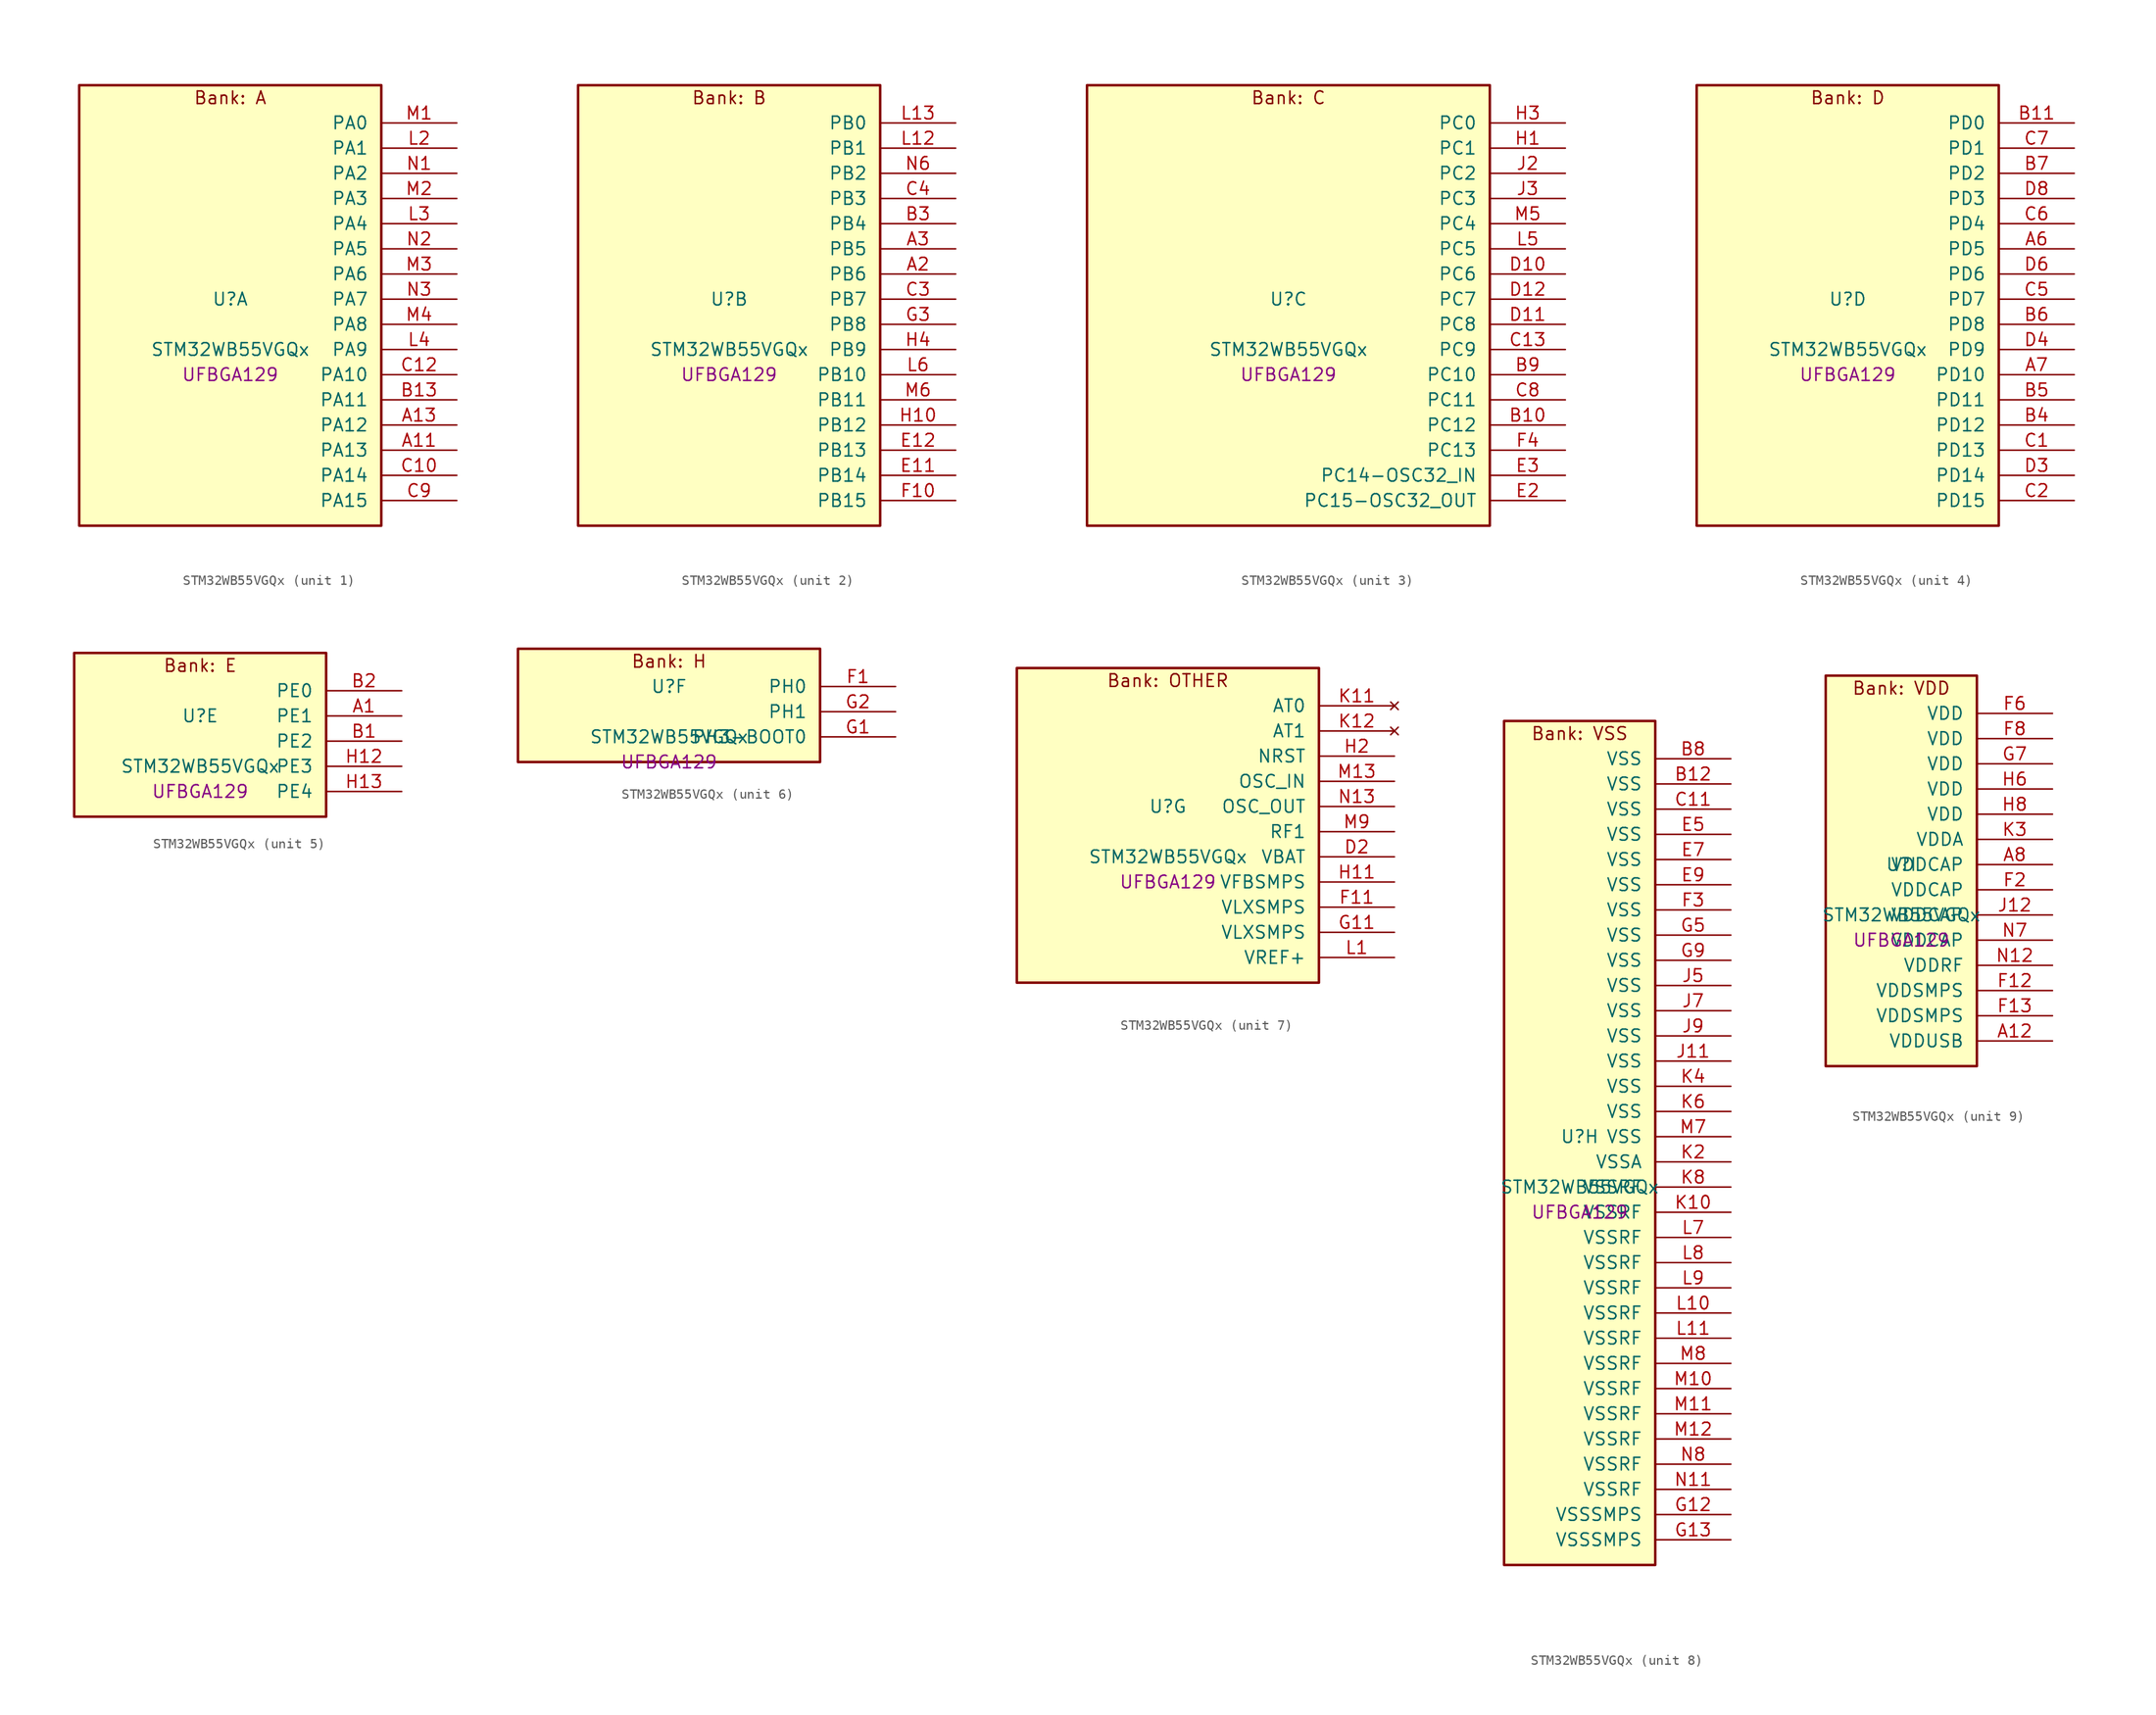
<source format=kicad_sym>
(kicad_symbol_lib
  (version 20241209)
  (generator "stm32_pkl_generator")
  (generator_version "1.0")
  (symbol "STM32WB55VGQx"
    (pin_names
      (offset 1.27))
    (property "Reference" "U"
      (at 0 2.54 0))
    (property "Value" "STM32WB55VGQx"
      (at 0 -2.54 0))
    (property "Footprint" "UFBGA129"
      (at 0 -5.08 0))
    (symbol "STM32WB55VGQx_1_1"
      (rectangle (start -15.24 24.13) (end 15.24 -20.32) (stroke (width 0.254) (type solid)) (fill (type background)))
      (text "Bank: A" (at 0 22.86 0))
      (pin bidirectional line (at 22.86 20.32 180) (length 7.62) (name "PA0") (number "M1") (alternate "PA0/ADC1_IN5" bidirectional line) (alternate "PA0/COMP1_INM" bidirectional line) (alternate "PA0/COMP1_OUT" bidirectional line) (alternate "PA0/RTC_TAMP2" bidirectional line) (alternate "PA0/SAI1_EXTCLK" bidirectional line) (alternate "PA0/SYS_WKUP1" bidirectional line) (alternate "PA0/TIM2_CH1" bidirectional line) (alternate "PA0/TIM2_ETR" bidirectional line))
      (pin bidirectional line (at 22.86 17.78 180) (length 7.62) (name "PA1") (number "L2") (alternate "PA1/ADC1_IN6" bidirectional line) (alternate "PA1/COMP1_INP" bidirectional line) (alternate "PA1/I2C1_SMBA" bidirectional line) (alternate "PA1/LCD_SEG0" bidirectional line) (alternate "PA1/SPI1_SCK" bidirectional line) (alternate "PA1/TIM2_CH2" bidirectional line))
      (pin bidirectional line (at 22.86 15.24 180) (length 7.62) (name "PA2") (number "N1") (alternate "PA2/ADC1_IN7" bidirectional line) (alternate "PA2/COMP2_INM" bidirectional line) (alternate "PA2/COMP2_OUT" bidirectional line) (alternate "PA2/LCD_SEG1" bidirectional line) (alternate "PA2/LPUART1_TX" bidirectional line) (alternate "PA2/QUADSPI_BK1_NCS" bidirectional line) (alternate "PA2/RCC_LSCO" bidirectional line) (alternate "PA2/SYS_WKUP4" bidirectional line) (alternate "PA2/TIM2_CH3" bidirectional line))
      (pin bidirectional line (at 22.86 12.7 180) (length 7.62) (name "PA3") (number "M2") (alternate "PA3/ADC1_IN8" bidirectional line) (alternate "PA3/COMP2_INP" bidirectional line) (alternate "PA3/LCD_SEG2" bidirectional line) (alternate "PA3/LPUART1_RX" bidirectional line) (alternate "PA3/QUADSPI_CLK" bidirectional line) (alternate "PA3/SAI1_CK1" bidirectional line) (alternate "PA3/SAI1_MCLK_A" bidirectional line) (alternate "PA3/TIM2_CH4" bidirectional line))
      (pin bidirectional line (at 22.86 10.16 180) (length 7.62) (name "PA4") (number "L3") (alternate "PA4/ADC1_IN9" bidirectional line) (alternate "PA4/COMP1_INM" bidirectional line) (alternate "PA4/COMP2_INM" bidirectional line) (alternate "PA4/LCD_SEG5" bidirectional line) (alternate "PA4/LPTIM2_OUT" bidirectional line) (alternate "PA4/SAI1_FS_B" bidirectional line) (alternate "PA4/SPI1_NSS" bidirectional line))
      (pin bidirectional line (at 22.86 7.62 180) (length 7.62) (name "PA5") (number "N2") (alternate "PA5/ADC1_IN10" bidirectional line) (alternate "PA5/COMP1_INM" bidirectional line) (alternate "PA5/COMP2_INM" bidirectional line) (alternate "PA5/LPTIM2_ETR" bidirectional line) (alternate "PA5/SAI1_SD_B" bidirectional line) (alternate "PA5/SPI1_SCK" bidirectional line) (alternate "PA5/TIM2_CH1" bidirectional line) (alternate "PA5/TIM2_ETR" bidirectional line))
      (pin bidirectional line (at 22.86 5.08 180) (length 7.62) (name "PA6") (number "M3") (alternate "PA6/ADC1_IN11" bidirectional line) (alternate "PA6/LCD_SEG3" bidirectional line) (alternate "PA6/LPUART1_CTS" bidirectional line) (alternate "PA6/QUADSPI_BK1_IO3" bidirectional line) (alternate "PA6/SPI1_MISO" bidirectional line) (alternate "PA6/TIM16_CH1" bidirectional line) (alternate "PA6/TIM1_BKIN" bidirectional line))
      (pin bidirectional line (at 22.86 2.54 180) (length 7.62) (name "PA7") (number "N3") (alternate "PA7/ADC1_IN12" bidirectional line) (alternate "PA7/COMP2_OUT" bidirectional line) (alternate "PA7/I2C3_SCL" bidirectional line) (alternate "PA7/LCD_SEG4" bidirectional line) (alternate "PA7/QUADSPI_BK1_IO2" bidirectional line) (alternate "PA7/SPI1_MOSI" bidirectional line) (alternate "PA7/TIM17_CH1" bidirectional line) (alternate "PA7/TIM1_CH1N" bidirectional line))
      (pin bidirectional line (at 22.86 0 180) (length 7.62) (name "PA8") (number "M4") (alternate "PA8/ADC1_IN15" bidirectional line) (alternate "PA8/LCD_COM0" bidirectional line) (alternate "PA8/LPTIM2_OUT" bidirectional line) (alternate "PA8/RCC_MCO" bidirectional line) (alternate "PA8/SAI1_CK2" bidirectional line) (alternate "PA8/SAI1_SCK_A" bidirectional line) (alternate "PA8/TIM1_CH1" bidirectional line) (alternate "PA8/USART1_CK" bidirectional line))
      (pin bidirectional line (at 22.86 -2.54 180) (length 7.62) (name "PA9") (number "L4") (alternate "PA9/ADC1_IN16" bidirectional line) (alternate "PA9/COMP1_INM" bidirectional line) (alternate "PA9/I2C1_SCL" bidirectional line) (alternate "PA9/LCD_COM1" bidirectional line) (alternate "PA9/SAI1_D2" bidirectional line) (alternate "PA9/SAI1_FS_A" bidirectional line) (alternate "PA9/SPI2_SCK" bidirectional line) (alternate "PA9/TIM1_CH2" bidirectional line) (alternate "PA9/USART1_TX" bidirectional line))
      (pin bidirectional line (at 22.86 -5.08 180) (length 7.62) (name "PA10") (number "C12") (alternate "PA10/CRS_SYNC" bidirectional line) (alternate "PA10/I2C1_SDA" bidirectional line) (alternate "PA10/LCD_COM2" bidirectional line) (alternate "PA10/SAI1_D1" bidirectional line) (alternate "PA10/SAI1_SD_A" bidirectional line) (alternate "PA10/TIM17_BKIN" bidirectional line) (alternate "PA10/TIM1_CH3" bidirectional line) (alternate "PA10/USART1_RX" bidirectional line))
      (pin bidirectional line (at 22.86 -7.62 180) (length 7.62) (name "PA11") (number "B13") (alternate "PA11/ADC1_EXTI11" bidirectional line) (alternate "PA11/SPI1_MISO" bidirectional line) (alternate "PA11/TIM1_BKIN2" bidirectional line) (alternate "PA11/TIM1_CH4" bidirectional line) (alternate "PA11/USART1_CTS" bidirectional line) (alternate "PA11/USART1_NSS" bidirectional line) (alternate "PA11/USB_DM" bidirectional line))
      (pin bidirectional line (at 22.86 -10.16 180) (length 7.62) (name "PA12") (number "A13") (alternate "PA12/LPUART1_RX" bidirectional line) (alternate "PA12/SPI1_MOSI" bidirectional line) (alternate "PA12/TIM1_ETR" bidirectional line) (alternate "PA12/USART1_DE" bidirectional line) (alternate "PA12/USART1_RTS" bidirectional line) (alternate "PA12/USB_DP" bidirectional line))
      (pin bidirectional line (at 22.86 -12.7 180) (length 7.62) (name "PA13") (number "A11") (alternate "PA13/IR_OUT" bidirectional line) (alternate "PA13/SAI1_SD_B" bidirectional line) (alternate "PA13/SYS_JTMS-SWDIO" bidirectional line) (alternate "PA13/USB_NOE" bidirectional line))
      (pin bidirectional line (at 22.86 -15.24 180) (length 7.62) (name "PA14") (number "C10") (alternate "PA14/I2C1_SMBA" bidirectional line) (alternate "PA14/LCD_SEG5" bidirectional line) (alternate "PA14/LPTIM1_OUT" bidirectional line) (alternate "PA14/SAI1_FS_B" bidirectional line) (alternate "PA14/SYS_JTCK-SWCLK" bidirectional line))
      (pin bidirectional line (at 22.86 -17.78 180) (length 7.62) (name "PA15") (number "C9") (alternate "PA15/ADC1_EXTI15" bidirectional line) (alternate "PA15/LCD_SEG17" bidirectional line) (alternate "PA15/RCC_MCO" bidirectional line) (alternate "PA15/SPI1_NSS" bidirectional line) (alternate "PA15/SYS_JTDI" bidirectional line) (alternate "PA15/TIM2_CH1" bidirectional line) (alternate "PA15/TIM2_ETR" bidirectional line) (alternate "PA15/TSC_G3_IO1" bidirectional line)))
    (symbol "STM32WB55VGQx_2_1"
      (rectangle (start -15.24 24.13) (end 15.24 -20.32) (stroke (width 0.254) (type solid)) (fill (type background)))
      (text "Bank: B" (at 0 22.86 0))
      (pin bidirectional line (at 22.86 20.32 180) (length 7.62) (name "PB0") (number "L13") (alternate "PB0/COMP1_OUT" bidirectional line) (alternate "PB0/RF_TX_MOD_EXT_PA" bidirectional line))
      (pin bidirectional line (at 22.86 17.78 180) (length 7.62) (name "PB1") (number "L12") (alternate "PB1/LPTIM2_IN1" bidirectional line) (alternate "PB1/LPUART1_DE" bidirectional line) (alternate "PB1/LPUART1_RTS" bidirectional line))
      (pin bidirectional line (at 22.86 15.24 180) (length 7.62) (name "PB2") (number "N6") (alternate "PB2/COMP1_INP" bidirectional line) (alternate "PB2/I2C3_SMBA" bidirectional line) (alternate "PB2/LCD_VLCD" bidirectional line) (alternate "PB2/LPTIM1_OUT" bidirectional line) (alternate "PB2/RTC_OUT2" bidirectional line) (alternate "PB2/SAI1_EXTCLK" bidirectional line) (alternate "PB2/SPI1_NSS" bidirectional line))
      (pin bidirectional line (at 22.86 12.7 180) (length 7.62) (name "PB3") (number "C4") (alternate "PB3/COMP2_INM" bidirectional line) (alternate "PB3/LCD_SEG7" bidirectional line) (alternate "PB3/SAI1_SCK_B" bidirectional line) (alternate "PB3/SPI1_SCK" bidirectional line) (alternate "PB3/SYS_JTDO-SWO" bidirectional line) (alternate "PB3/TIM2_CH2" bidirectional line) (alternate "PB3/USART1_DE" bidirectional line) (alternate "PB3/USART1_RTS" bidirectional line))
      (pin bidirectional line (at 22.86 10.16 180) (length 7.62) (name "PB4") (number "B3") (alternate "PB4/COMP2_INP" bidirectional line) (alternate "PB4/I2C3_SDA" bidirectional line) (alternate "PB4/LCD_SEG8" bidirectional line) (alternate "PB4/SAI1_MCLK_B" bidirectional line) (alternate "PB4/SPI1_MISO" bidirectional line) (alternate "PB4/SYS_JTRST" bidirectional line) (alternate "PB4/TIM17_BKIN" bidirectional line) (alternate "PB4/TSC_G2_IO1" bidirectional line) (alternate "PB4/USART1_CTS" bidirectional line) (alternate "PB4/USART1_NSS" bidirectional line))
      (pin bidirectional line (at 22.86 7.62 180) (length 7.62) (name "PB5") (number "A3") (alternate "PB5/COMP2_OUT" bidirectional line) (alternate "PB5/I2C1_SMBA" bidirectional line) (alternate "PB5/LCD_SEG9" bidirectional line) (alternate "PB5/LPTIM1_IN1" bidirectional line) (alternate "PB5/LPUART1_TX" bidirectional line) (alternate "PB5/SAI1_SD_B" bidirectional line) (alternate "PB5/SPI1_MOSI" bidirectional line) (alternate "PB5/TIM16_BKIN" bidirectional line) (alternate "PB5/TSC_G2_IO2" bidirectional line) (alternate "PB5/USART1_CK" bidirectional line))
      (pin bidirectional line (at 22.86 5.08 180) (length 7.62) (name "PB6") (number "A2") (alternate "PB6/COMP2_INP" bidirectional line) (alternate "PB6/I2C1_SCL" bidirectional line) (alternate "PB6/LCD_SEG6" bidirectional line) (alternate "PB6/LPTIM1_ETR" bidirectional line) (alternate "PB6/RCC_MCO" bidirectional line) (alternate "PB6/SAI1_FS_B" bidirectional line) (alternate "PB6/TIM16_CH1N" bidirectional line) (alternate "PB6/TSC_G2_IO3" bidirectional line) (alternate "PB6/USART1_TX" bidirectional line))
      (pin bidirectional line (at 22.86 2.54 180) (length 7.62) (name "PB7") (number "C3") (alternate "PB7/COMP2_INM" bidirectional line) (alternate "PB7/I2C1_SDA" bidirectional line) (alternate "PB7/LCD_SEG21" bidirectional line) (alternate "PB7/LPTIM1_IN2" bidirectional line) (alternate "PB7/SYS_PVD_IN" bidirectional line) (alternate "PB7/TIM17_CH1N" bidirectional line) (alternate "PB7/TIM1_BKIN" bidirectional line) (alternate "PB7/TSC_G2_IO4" bidirectional line) (alternate "PB7/USART1_RX" bidirectional line))
      (pin bidirectional line (at 22.86 0 180) (length 7.62) (name "PB8") (number "G3") (alternate "PB8/I2C1_SCL" bidirectional line) (alternate "PB8/LCD_SEG16" bidirectional line) (alternate "PB8/QUADSPI_BK1_IO1" bidirectional line) (alternate "PB8/SAI1_CK1" bidirectional line) (alternate "PB8/SAI1_MCLK_A" bidirectional line) (alternate "PB8/TIM16_CH1" bidirectional line) (alternate "PB8/TIM1_CH2N" bidirectional line))
      (pin bidirectional line (at 22.86 -2.54 180) (length 7.62) (name "PB9") (number "H4") (alternate "PB9/I2C1_SDA" bidirectional line) (alternate "PB9/IR_OUT" bidirectional line) (alternate "PB9/LCD_COM3" bidirectional line) (alternate "PB9/QUADSPI_BK1_IO0" bidirectional line) (alternate "PB9/SAI1_D2" bidirectional line) (alternate "PB9/SAI1_FS_A" bidirectional line) (alternate "PB9/SPI2_NSS" bidirectional line) (alternate "PB9/TIM17_CH1" bidirectional line) (alternate "PB9/TIM1_CH3N" bidirectional line) (alternate "PB9/TSC_G7_IO4" bidirectional line))
      (pin bidirectional line (at 22.86 -5.08 180) (length 7.62) (name "PB10") (number "L6") (alternate "PB10/COMP1_OUT" bidirectional line) (alternate "PB10/I2C3_SCL" bidirectional line) (alternate "PB10/LCD_SEG10" bidirectional line) (alternate "PB10/LPUART1_RX" bidirectional line) (alternate "PB10/QUADSPI_CLK" bidirectional line) (alternate "PB10/SAI1_SCK_A" bidirectional line) (alternate "PB10/SPI2_SCK" bidirectional line) (alternate "PB10/TIM2_CH3" bidirectional line) (alternate "PB10/TSC_SYNC" bidirectional line))
      (pin bidirectional line (at 22.86 -7.62 180) (length 7.62) (name "PB11") (number "M6") (alternate "PB11/ADC1_EXTI11" bidirectional line) (alternate "PB11/COMP2_OUT" bidirectional line) (alternate "PB11/I2C3_SDA" bidirectional line) (alternate "PB11/LCD_SEG11" bidirectional line) (alternate "PB11/LPUART1_TX" bidirectional line) (alternate "PB11/QUADSPI_BK1_NCS" bidirectional line) (alternate "PB11/TIM2_CH4" bidirectional line))
      (pin bidirectional line (at 22.86 -10.16 180) (length 7.62) (name "PB12") (number "H10") (alternate "PB12/I2C3_SMBA" bidirectional line) (alternate "PB12/LCD_SEG12" bidirectional line) (alternate "PB12/LPUART1_DE" bidirectional line) (alternate "PB12/LPUART1_RTS" bidirectional line) (alternate "PB12/SAI1_FS_A" bidirectional line) (alternate "PB12/SPI2_NSS" bidirectional line) (alternate "PB12/TIM1_BKIN" bidirectional line) (alternate "PB12/TSC_G1_IO1" bidirectional line))
      (pin bidirectional line (at 22.86 -12.7 180) (length 7.62) (name "PB13") (number "E12") (alternate "PB13/I2C3_SCL" bidirectional line) (alternate "PB13/LCD_SEG13" bidirectional line) (alternate "PB13/LPUART1_CTS" bidirectional line) (alternate "PB13/SAI1_SCK_A" bidirectional line) (alternate "PB13/SPI2_SCK" bidirectional line) (alternate "PB13/TIM1_CH1N" bidirectional line) (alternate "PB13/TSC_G1_IO2" bidirectional line))
      (pin bidirectional line (at 22.86 -15.24 180) (length 7.62) (name "PB14") (number "E11") (alternate "PB14/I2C3_SDA" bidirectional line) (alternate "PB14/LCD_SEG14" bidirectional line) (alternate "PB14/SAI1_MCLK_A" bidirectional line) (alternate "PB14/SPI2_MISO" bidirectional line) (alternate "PB14/TIM1_CH2N" bidirectional line) (alternate "PB14/TSC_G1_IO3" bidirectional line))
      (pin bidirectional line (at 22.86 -17.78 180) (length 7.62) (name "PB15") (number "F10") (alternate "PB15/ADC1_EXTI15" bidirectional line) (alternate "PB15/LCD_SEG15" bidirectional line) (alternate "PB15/RTC_REFIN" bidirectional line) (alternate "PB15/SAI1_SD_A" bidirectional line) (alternate "PB15/SPI2_MOSI" bidirectional line) (alternate "PB15/TIM1_CH3N" bidirectional line) (alternate "PB15/TSC_G1_IO4" bidirectional line)))
    (symbol "STM32WB55VGQx_3_1"
      (rectangle (start -20.32 24.13) (end 20.32 -20.32) (stroke (width 0.254) (type solid)) (fill (type background)))
      (text "Bank: C" (at 0 22.86 0))
      (pin bidirectional line (at 27.94 20.32 180) (length 7.62) (name "PC0") (number "H3") (alternate "PC0/ADC1_IN1" bidirectional line) (alternate "PC0/I2C3_SCL" bidirectional line) (alternate "PC0/LCD_SEG18" bidirectional line) (alternate "PC0/LPTIM1_IN1" bidirectional line) (alternate "PC0/LPTIM2_IN1" bidirectional line) (alternate "PC0/LPUART1_RX" bidirectional line))
      (pin bidirectional line (at 27.94 17.78 180) (length 7.62) (name "PC1") (number "H1") (alternate "PC1/ADC1_IN2" bidirectional line) (alternate "PC1/I2C3_SDA" bidirectional line) (alternate "PC1/LCD_SEG19" bidirectional line) (alternate "PC1/LPTIM1_OUT" bidirectional line) (alternate "PC1/LPUART1_TX" bidirectional line) (alternate "PC1/SPI2_MOSI" bidirectional line))
      (pin bidirectional line (at 27.94 15.24 180) (length 7.62) (name "PC2") (number "J2") (alternate "PC2/ADC1_IN3" bidirectional line) (alternate "PC2/LCD_SEG20" bidirectional line) (alternate "PC2/LPTIM1_IN2" bidirectional line) (alternate "PC2/SPI2_MISO" bidirectional line))
      (pin bidirectional line (at 27.94 12.7 180) (length 7.62) (name "PC3") (number "J3") (alternate "PC3/ADC1_IN4" bidirectional line) (alternate "PC3/LCD_VLCD" bidirectional line) (alternate "PC3/LPTIM1_ETR" bidirectional line) (alternate "PC3/LPTIM2_ETR" bidirectional line) (alternate "PC3/SAI1_D1" bidirectional line) (alternate "PC3/SAI1_SD_A" bidirectional line) (alternate "PC3/SPI2_MOSI" bidirectional line))
      (pin bidirectional line (at 27.94 10.16 180) (length 7.62) (name "PC4") (number "M5") (alternate "PC4/ADC1_IN13" bidirectional line) (alternate "PC4/COMP1_INM" bidirectional line) (alternate "PC4/LCD_SEG22" bidirectional line))
      (pin bidirectional line (at 27.94 7.62 180) (length 7.62) (name "PC5") (number "L5") (alternate "PC5/ADC1_IN14" bidirectional line) (alternate "PC5/COMP1_INP" bidirectional line) (alternate "PC5/LCD_SEG23" bidirectional line) (alternate "PC5/SAI1_D3" bidirectional line) (alternate "PC5/SYS_WKUP5" bidirectional line))
      (pin bidirectional line (at 27.94 5.08 180) (length 7.62) (name "PC6") (number "D10") (alternate "PC6/LCD_SEG24" bidirectional line) (alternate "PC6/TSC_G4_IO1" bidirectional line))
      (pin bidirectional line (at 27.94 2.54 180) (length 7.62) (name "PC7") (number "D12") (alternate "PC7/LCD_SEG25" bidirectional line) (alternate "PC7/TSC_G4_IO2" bidirectional line))
      (pin bidirectional line (at 27.94 0 180) (length 7.62) (name "PC8") (number "D11") (alternate "PC8/LCD_SEG26" bidirectional line) (alternate "PC8/TSC_G4_IO3" bidirectional line))
      (pin bidirectional line (at 27.94 -2.54 180) (length 7.62) (name "PC9") (number "C13") (alternate "PC9/LCD_SEG27" bidirectional line) (alternate "PC9/SAI1_SCK_B" bidirectional line) (alternate "PC9/TIM1_BKIN" bidirectional line) (alternate "PC9/TSC_G4_IO4" bidirectional line) (alternate "PC9/USB_NOE" bidirectional line))
      (pin bidirectional line (at 27.94 -5.08 180) (length 7.62) (name "PC10") (number "B9") (alternate "PC10/LCD_COM4" bidirectional line) (alternate "PC10/LCD_SEG28" bidirectional line) (alternate "PC10/LCD_SEG40" bidirectional line) (alternate "PC10/SYS_TRACED1" bidirectional line) (alternate "PC10/TSC_G3_IO2" bidirectional line))
      (pin bidirectional line (at 27.94 -7.62 180) (length 7.62) (name "PC11") (number "C8") (alternate "PC11/ADC1_EXTI11" bidirectional line) (alternate "PC11/LCD_COM5" bidirectional line) (alternate "PC11/LCD_SEG29" bidirectional line) (alternate "PC11/LCD_SEG41" bidirectional line) (alternate "PC11/TSC_G3_IO3" bidirectional line))
      (pin bidirectional line (at 27.94 -10.16 180) (length 7.62) (name "PC12") (number "B10") (alternate "PC12/LCD_COM6" bidirectional line) (alternate "PC12/LCD_SEG30" bidirectional line) (alternate "PC12/LCD_SEG42" bidirectional line) (alternate "PC12/RCC_LSCO" bidirectional line) (alternate "PC12/RTC_TAMP3" bidirectional line) (alternate "PC12/SYS_TRACED3" bidirectional line) (alternate "PC12/SYS_WKUP3" bidirectional line) (alternate "PC12/TSC_G3_IO4" bidirectional line))
      (pin bidirectional line (at 27.94 -12.7 180) (length 7.62) (name "PC13") (number "F4") (alternate "PC13/RTC_OUT1" bidirectional line) (alternate "PC13/RTC_TAMP1" bidirectional line) (alternate "PC13/RTC_TS" bidirectional line) (alternate "PC13/SYS_WKUP2" bidirectional line))
      (pin bidirectional line (at 27.94 -15.24 180) (length 7.62) (name "PC14-OSC32_IN") (number "E3") (alternate "PC14-OSC32_IN/RCC_OSC32_IN" bidirectional line))
      (pin bidirectional line (at 27.94 -17.78 180) (length 7.62) (name "PC15-OSC32_OUT") (number "E2") (alternate "PC15-OSC32_OUT/ADC1_EXTI15" bidirectional line) (alternate "PC15-OSC32_OUT/RCC_OSC32_OUT" bidirectional line)))
    (symbol "STM32WB55VGQx_4_1"
      (rectangle (start -15.24 24.13) (end 15.24 -20.32) (stroke (width 0.254) (type solid)) (fill (type background)))
      (text "Bank: D" (at 0 22.86 0))
      (pin bidirectional line (at 22.86 20.32 180) (length 7.62) (name "PD0") (number "B11") (alternate "PD0/SPI2_NSS" bidirectional line))
      (pin bidirectional line (at 22.86 17.78 180) (length 7.62) (name "PD1") (number "C7") (alternate "PD1/SPI2_SCK" bidirectional line))
      (pin bidirectional line (at 22.86 15.24 180) (length 7.62) (name "PD2") (number "B7") (alternate "PD2/LCD_COM7" bidirectional line) (alternate "PD2/LCD_SEG31" bidirectional line) (alternate "PD2/LCD_SEG43" bidirectional line) (alternate "PD2/SYS_TRACED2" bidirectional line) (alternate "PD2/TSC_SYNC" bidirectional line))
      (pin bidirectional line (at 22.86 12.7 180) (length 7.62) (name "PD3") (number "D8") (alternate "PD3/QUADSPI_BK1_NCS" bidirectional line) (alternate "PD3/SPI2_MISO" bidirectional line) (alternate "PD3/SPI2_SCK" bidirectional line))
      (pin bidirectional line (at 22.86 10.16 180) (length 7.62) (name "PD4") (number "C6") (alternate "PD4/QUADSPI_BK1_IO0" bidirectional line) (alternate "PD4/SPI2_MOSI" bidirectional line) (alternate "PD4/TSC_G5_IO1" bidirectional line))
      (pin bidirectional line (at 22.86 7.62 180) (length 7.62) (name "PD5") (number "A6") (alternate "PD5/QUADSPI_BK1_IO1" bidirectional line) (alternate "PD5/SAI1_MCLK_B" bidirectional line) (alternate "PD5/TSC_G5_IO2" bidirectional line))
      (pin bidirectional line (at 22.86 5.08 180) (length 7.62) (name "PD6") (number "D6") (alternate "PD6/QUADSPI_BK1_IO2" bidirectional line) (alternate "PD6/SAI1_D1" bidirectional line) (alternate "PD6/SAI1_SD_A" bidirectional line) (alternate "PD6/TSC_G5_IO3" bidirectional line))
      (pin bidirectional line (at 22.86 2.54 180) (length 7.62) (name "PD7") (number "C5") (alternate "PD7/LCD_SEG39" bidirectional line) (alternate "PD7/QUADSPI_BK1_IO3" bidirectional line) (alternate "PD7/TSC_G5_IO4" bidirectional line))
      (pin bidirectional line (at 22.86 0 180) (length 7.62) (name "PD8") (number "B6") (alternate "PD8/LCD_SEG28" bidirectional line) (alternate "PD8/TIM1_BKIN2" bidirectional line))
      (pin bidirectional line (at 22.86 -2.54 180) (length 7.62) (name "PD9") (number "D4") (alternate "PD9/LCD_SEG29" bidirectional line) (alternate "PD9/SYS_TRACED0" bidirectional line))
      (pin bidirectional line (at 22.86 -5.08 180) (length 7.62) (name "PD10") (number "A7") (alternate "PD10/LCD_SEG30" bidirectional line) (alternate "PD10/SYS_TRIG_INOUT" bidirectional line) (alternate "PD10/TSC_G6_IO1" bidirectional line))
      (pin bidirectional line (at 22.86 -7.62 180) (length 7.62) (name "PD11") (number "B5") (alternate "PD11/ADC1_EXTI11" bidirectional line) (alternate "PD11/LCD_SEG31" bidirectional line) (alternate "PD11/LPTIM2_ETR" bidirectional line) (alternate "PD11/TSC_G6_IO2" bidirectional line))
      (pin bidirectional line (at 22.86 -10.16 180) (length 7.62) (name "PD12") (number "B4") (alternate "PD12/LCD_SEG32" bidirectional line) (alternate "PD12/LPTIM2_IN1" bidirectional line) (alternate "PD12/TSC_G6_IO3" bidirectional line))
      (pin bidirectional line (at 22.86 -12.7 180) (length 7.62) (name "PD13") (number "C1") (alternate "PD13/LCD_SEG33" bidirectional line) (alternate "PD13/LPTIM2_OUT" bidirectional line) (alternate "PD13/TSC_G6_IO4" bidirectional line))
      (pin bidirectional line (at 22.86 -15.24 180) (length 7.62) (name "PD14") (number "D3") (alternate "PD14/LCD_SEG34" bidirectional line) (alternate "PD14/TIM1_CH1" bidirectional line))
      (pin bidirectional line (at 22.86 -17.78 180) (length 7.62) (name "PD15") (number "C2") (alternate "PD15/ADC1_EXTI15" bidirectional line) (alternate "PD15/LCD_SEG35" bidirectional line) (alternate "PD15/TIM1_CH2" bidirectional line)))
    (symbol "STM32WB55VGQx_5_1"
      (rectangle (start -12.7 8.89) (end 12.7 -7.62) (stroke (width 0.254) (type solid)) (fill (type background)))
      (text "Bank: E" (at 0 7.62 0))
      (pin bidirectional line (at 20.32 5.08 180) (length 7.62) (name "PE0") (number "B2") (alternate "PE0/LCD_SEG36" bidirectional line) (alternate "PE0/TIM16_CH1" bidirectional line) (alternate "PE0/TIM1_ETR" bidirectional line) (alternate "PE0/TSC_G7_IO3" bidirectional line))
      (pin bidirectional line (at 20.32 2.54 180) (length 7.62) (name "PE1") (number "A1") (alternate "PE1/LCD_SEG37" bidirectional line) (alternate "PE1/TIM17_CH1" bidirectional line) (alternate "PE1/TSC_G7_IO2" bidirectional line))
      (pin bidirectional line (at 20.32 0 180) (length 7.62) (name "PE2") (number "B1") (alternate "PE2/LCD_SEG38" bidirectional line) (alternate "PE2/SAI1_CK1" bidirectional line) (alternate "PE2/SAI1_MCLK_A" bidirectional line) (alternate "PE2/SYS_TRACECLK" bidirectional line) (alternate "PE2/TSC_G7_IO1" bidirectional line))
      (pin bidirectional line (at 20.32 -2.54 180) (length 7.62) (name "PE3") (number "H12"))
      (pin bidirectional line (at 20.32 -5.08 180) (length 7.62) (name "PE4") (number "H13")))
    (symbol "STM32WB55VGQx_6_1"
      (rectangle (start -15.24 6.35) (end 15.24 -5.08) (stroke (width 0.254) (type solid)) (fill (type background)))
      (text "Bank: H" (at 0 5.08 0))
      (pin bidirectional line (at 22.86 2.54 180) (length 7.62) (name "PH0") (number "F1"))
      (pin bidirectional line (at 22.86 0 180) (length 7.62) (name "PH1") (number "G2"))
      (pin bidirectional line (at 22.86 -2.54 180) (length 7.62) (name "PH3-BOOT0") (number "G1") (alternate "PH3-BOOT0/RCC_LSCO" bidirectional line)))
    (symbol "STM32WB55VGQx_7_1"
      (rectangle (start -15.24 16.51) (end 15.24 -15.24) (stroke (width 0.254) (type solid)) (fill (type background)))
      (text "Bank: OTHER" (at 0 15.24 0))
      (pin no_connect line (at 22.86 12.7 180) (length 7.62) (name "AT0") (number "K11"))
      (pin no_connect line (at 22.86 10.16 180) (length 7.62) (name "AT1") (number "K12"))
      (pin input line (at 22.86 7.62 180) (length 7.62) (name "NRST") (number "H2"))
      (pin bidirectional line (at 22.86 5.08 180) (length 7.62) (name "OSC_IN") (number "M13") (alternate "OSC_IN/RCC_OSC_IN" bidirectional line))
      (pin bidirectional line (at 22.86 2.54 180) (length 7.62) (name "OSC_OUT") (number "N13") (alternate "OSC_OUT/RCC_OSC_OUT" bidirectional line))
      (pin bidirectional line (at 22.86 0 180) (length 7.62) (name "RF1") (number "M9") (alternate "RF1/RF_RF1" bidirectional line))
      (pin power_in line (at 22.86 -2.54 180) (length 7.62) (name "VBAT") (number "D2"))
      (pin power_in line (at 22.86 -5.08 180) (length 7.62) (name "VFBSMPS") (number "H11"))
      (pin power_in line (at 22.86 -7.62 180) (length 7.62) (name "VLXSMPS") (number "F11"))
      (pin power_in line (at 22.86 -10.16 180) (length 7.62) (name "VLXSMPS") (number "G11"))
      (pin bidirectional line (at 22.86 -12.7 180) (length 7.62) (name "VREF+") (number "L1") (alternate "VREF+/VREFBUF_OUT" bidirectional line)))
    (symbol "STM32WB55VGQx_8_1"
      (rectangle (start -7.62 44.45) (end 7.62 -40.64) (stroke (width 0.254) (type solid)) (fill (type background)))
      (text "Bank: VSS" (at 0 43.18 0))
      (pin power_in line (at 15.24 40.64 180) (length 7.62) (name "VSS") (number "B8"))
      (pin power_in line (at 15.24 38.1 180) (length 7.62) (name "VSS") (number "B12"))
      (pin power_in line (at 15.24 35.56 180) (length 7.62) (name "VSS") (number "C11"))
      (pin power_in line (at 15.24 33.02 180) (length 7.62) (name "VSS") (number "E5"))
      (pin power_in line (at 15.24 30.48 180) (length 7.62) (name "VSS") (number "E7"))
      (pin power_in line (at 15.24 27.94 180) (length 7.62) (name "VSS") (number "E9"))
      (pin power_in line (at 15.24 25.4 180) (length 7.62) (name "VSS") (number "F3"))
      (pin power_in line (at 15.24 22.86 180) (length 7.62) (name "VSS") (number "G5"))
      (pin power_in line (at 15.24 20.32 180) (length 7.62) (name "VSS") (number "G9"))
      (pin power_in line (at 15.24 17.78 180) (length 7.62) (name "VSS") (number "J5"))
      (pin power_in line (at 15.24 15.24 180) (length 7.62) (name "VSS") (number "J7"))
      (pin power_in line (at 15.24 12.7 180) (length 7.62) (name "VSS") (number "J9"))
      (pin power_in line (at 15.24 10.16 180) (length 7.62) (name "VSS") (number "J11"))
      (pin power_in line (at 15.24 7.62 180) (length 7.62) (name "VSS") (number "K4"))
      (pin power_in line (at 15.24 5.08 180) (length 7.62) (name "VSS") (number "K6"))
      (pin power_in line (at 15.24 2.54 180) (length 7.62) (name "VSS") (number "M7"))
      (pin power_in line (at 15.24 0 180) (length 7.62) (name "VSSA") (number "K2"))
      (pin power_in line (at 15.24 -2.54 180) (length 7.62) (name "VSSRF") (number "K8"))
      (pin power_in line (at 15.24 -5.08 180) (length 7.62) (name "VSSRF") (number "K10"))
      (pin power_in line (at 15.24 -7.62 180) (length 7.62) (name "VSSRF") (number "L7"))
      (pin power_in line (at 15.24 -10.16 180) (length 7.62) (name "VSSRF") (number "L8"))
      (pin power_in line (at 15.24 -12.7 180) (length 7.62) (name "VSSRF") (number "L9"))
      (pin power_in line (at 15.24 -15.24 180) (length 7.62) (name "VSSRF") (number "L10"))
      (pin power_in line (at 15.24 -17.78 180) (length 7.62) (name "VSSRF") (number "L11"))
      (pin power_in line (at 15.24 -20.32 180) (length 7.62) (name "VSSRF") (number "M8"))
      (pin power_in line (at 15.24 -22.86 180) (length 7.62) (name "VSSRF") (number "M10"))
      (pin power_in line (at 15.24 -25.4 180) (length 7.62) (name "VSSRF") (number "M11"))
      (pin power_in line (at 15.24 -27.94 180) (length 7.62) (name "VSSRF") (number "M12"))
      (pin power_in line (at 15.24 -30.48 180) (length 7.62) (name "VSSRF") (number "N8"))
      (pin power_in line (at 15.24 -33.02 180) (length 7.62) (name "VSSRF") (number "N11"))
      (pin power_in line (at 15.24 -35.56 180) (length 7.62) (name "VSSSMPS") (number "G12"))
      (pin power_in line (at 15.24 -38.1 180) (length 7.62) (name "VSSSMPS") (number "G13")))
    (symbol "STM32WB55VGQx_9_1"
      (rectangle (start -7.62 21.59) (end 7.62 -17.78) (stroke (width 0.254) (type solid)) (fill (type background)))
      (text "Bank: VDD" (at 0 20.32 0))
      (pin power_in line (at 15.24 17.78 180) (length 7.62) (name "VDD") (number "F6"))
      (pin power_in line (at 15.24 15.24 180) (length 7.62) (name "VDD") (number "F8"))
      (pin power_in line (at 15.24 12.7 180) (length 7.62) (name "VDD") (number "G7"))
      (pin power_in line (at 15.24 10.16 180) (length 7.62) (name "VDD") (number "H6"))
      (pin power_in line (at 15.24 7.62 180) (length 7.62) (name "VDD") (number "H8"))
      (pin power_in line (at 15.24 5.08 180) (length 7.62) (name "VDDA") (number "K3"))
      (pin power_in line (at 15.24 2.54 180) (length 7.62) (name "VDDCAP") (number "A8"))
      (pin power_in line (at 15.24 0 180) (length 7.62) (name "VDDCAP") (number "F2"))
      (pin power_in line (at 15.24 -2.54 180) (length 7.62) (name "VDDCAP") (number "J12"))
      (pin power_in line (at 15.24 -5.08 180) (length 7.62) (name "VDDCAP") (number "N7"))
      (pin power_in line (at 15.24 -7.62 180) (length 7.62) (name "VDDRF") (number "N12"))
      (pin power_in line (at 15.24 -10.16 180) (length 7.62) (name "VDDSMPS") (number "F12"))
      (pin power_in line (at 15.24 -12.7 180) (length 7.62) (name "VDDSMPS") (number "F13"))
      (pin power_in line (at 15.24 -15.24 180) (length 7.62) (name "VDDUSB") (number "A12")))))
</source>
